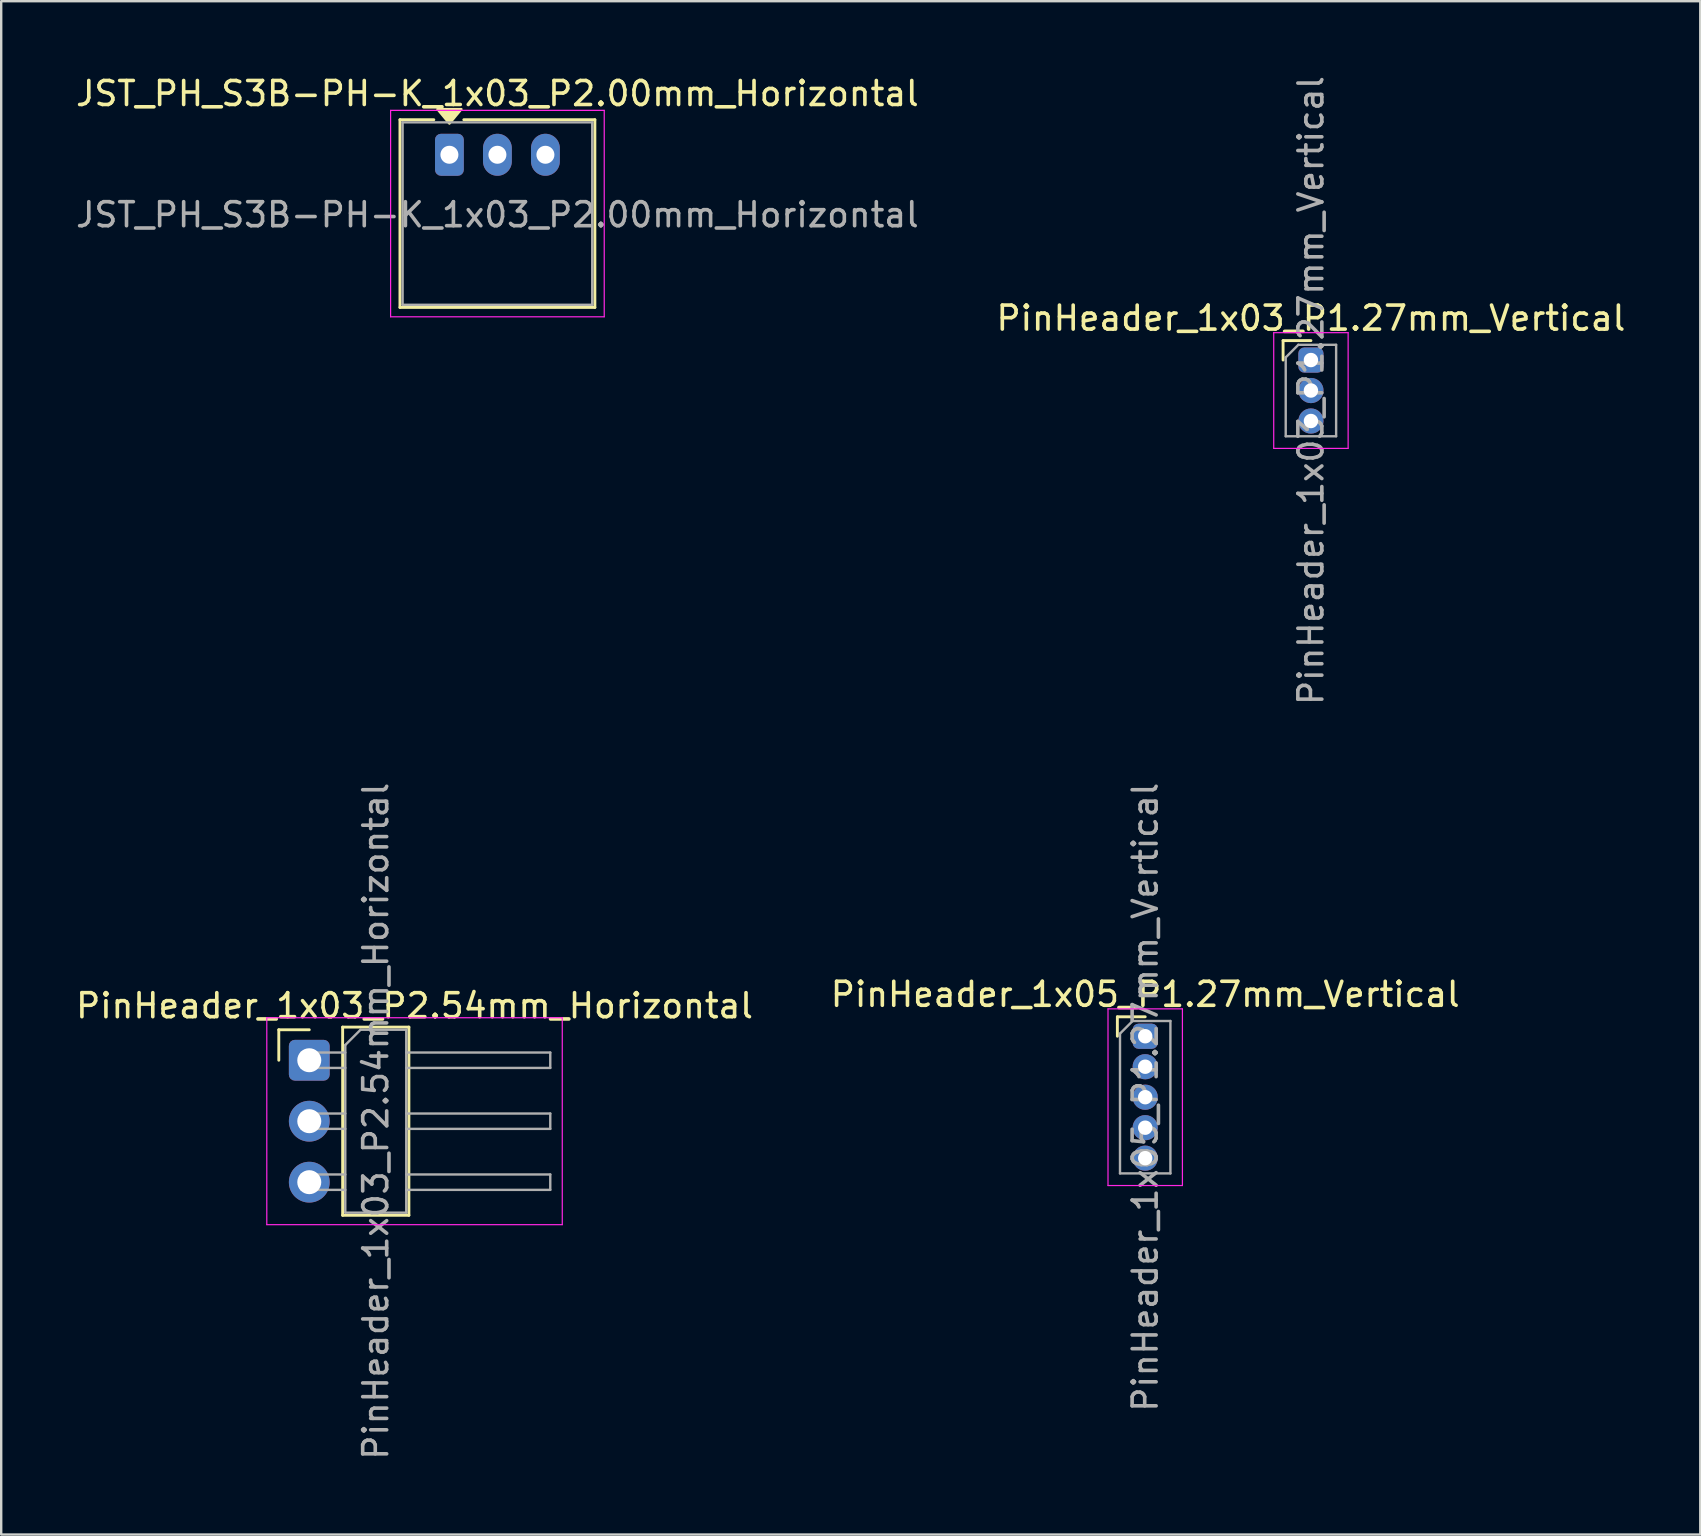
<source format=kicad_pcb>
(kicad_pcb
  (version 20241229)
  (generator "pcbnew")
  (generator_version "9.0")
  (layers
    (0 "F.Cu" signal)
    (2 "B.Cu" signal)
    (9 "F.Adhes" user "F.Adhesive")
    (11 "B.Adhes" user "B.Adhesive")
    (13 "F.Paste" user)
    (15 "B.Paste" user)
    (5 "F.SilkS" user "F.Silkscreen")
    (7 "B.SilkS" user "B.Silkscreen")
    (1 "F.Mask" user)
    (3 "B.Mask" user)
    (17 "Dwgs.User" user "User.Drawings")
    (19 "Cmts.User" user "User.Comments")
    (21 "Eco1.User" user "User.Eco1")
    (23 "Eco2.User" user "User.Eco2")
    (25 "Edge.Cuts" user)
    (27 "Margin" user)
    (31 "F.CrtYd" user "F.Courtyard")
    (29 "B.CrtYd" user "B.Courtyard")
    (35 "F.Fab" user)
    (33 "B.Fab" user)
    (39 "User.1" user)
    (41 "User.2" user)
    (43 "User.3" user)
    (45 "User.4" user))
  (footprint "PinHeader_1x05_P1.27mm_Vertical"
    (layer "F.Cu")
    (at 44.661 40.121)
    (property "Reference" "PinHeader_1x05_P1.27mm_Vertical" (at 0 -1.745 0) (layer "F.SilkS") (effects (font (size 1 1) (thickness 0.15))))
    (attr through_hole)
    (fp_line (start -1.16 -0.81) (end 0 -0.81) (stroke (width 0.12) (type solid)) (layer "F.SilkS"))
    (fp_line (start -1.16 0) (end -1.16 -0.81) (stroke (width 0.12) (type solid)) (layer "F.SilkS"))
    (fp_line (start -1.55 -1.14) (end -1.55 6.22) (stroke (width 0.05) (type solid)) (layer "F.CrtYd"))
    (fp_line (start -1.55 6.22) (end 1.55 6.22) (stroke (width 0.05) (type solid)) (layer "F.CrtYd"))
    (fp_line (start 1.55 -1.14) (end -1.55 -1.14) (stroke (width 0.05) (type solid)) (layer "F.CrtYd"))
    (fp_line (start 1.55 6.22) (end 1.55 -1.14) (stroke (width 0.05) (type solid)) (layer "F.CrtYd"))
    (fp_line (start -1.05 -0.11) (end -0.525 -0.635) (stroke (width 0.1) (type solid)) (layer "F.Fab"))
    (fp_line (start -1.05 5.715) (end -1.05 -0.11) (stroke (width 0.1) (type solid)) (layer "F.Fab"))
    (fp_line (start -0.525 -0.635) (end 1.05 -0.635) (stroke (width 0.1) (type solid)) (layer "F.Fab"))
    (fp_line (start 1.05 -0.635) (end 1.05 5.715) (stroke (width 0.1) (type solid)) (layer "F.Fab"))
    (fp_line (start 1.05 5.715) (end -1.05 5.715) (stroke (width 0.1) (type solid)) (layer "F.Fab"))
    (fp_text user "${REFERENCE}" (at 0 2.54 90) (layer "F.Fab") (effects (font (size 1 1) (thickness 0.15))))
    (pad "1" thru_hole roundrect (at 0 0) (size 1.05 1.05) (drill 0.6) (layers "*.Cu" "*.Mask") (roundrect_rratio 0.238))
    (pad "2" thru_hole circle (at 0 1.27) (size 1.05 1.05) (drill 0.6) (layers "*.Cu" "*.Mask"))
    (pad "3" thru_hole circle (at 0 2.54) (size 1.05 1.05) (drill 0.6) (layers "*.Cu" "*.Mask"))
    (pad "4" thru_hole circle (at 0 3.81) (size 1.05 1.05) (drill 0.6) (layers "*.Cu" "*.Mask"))
    (pad "5" thru_hole circle (at 0 5.08) (size 1.05 1.05) (drill 0.6) (layers "*.Cu" "*.Mask")))
  (footprint "PinHeader_1x03_P2.54mm_Horizontal"
    (layer "F.Cu")
    (at 9.835 41.121)
    (property "Reference" "PinHeader_1x03_P2.54mm_Horizontal" (at 4.385 -2.27 0) (layer "F.SilkS") (effects (font (size 1 1) (thickness 0.15))))
    (attr through_hole)
    (fp_line (start -1.27 -1.27) (end 0 -1.27) (stroke (width 0.12) (type solid)) (layer "F.SilkS"))
    (fp_line (start -1.27 0) (end -1.27 -1.27) (stroke (width 0.12) (type solid)) (layer "F.SilkS"))
    (fp_line (start 1.39 -1.38) (end 1.39 6.46) (stroke (width 0.12) (type solid)) (layer "F.SilkS"))
    (fp_line (start 1.39 6.46) (end 4.15 6.46) (stroke (width 0.12) (type solid)) (layer "F.SilkS"))
    (fp_line (start 4.15 -1.38) (end 1.39 -1.38) (stroke (width 0.12) (type solid)) (layer "F.SilkS"))
    (fp_line (start 4.15 6.46) (end 4.15 -1.38) (stroke (width 0.12) (type solid)) (layer "F.SilkS"))
    (fp_line (start -1.77 -1.77) (end -1.77 6.85) (stroke (width 0.05) (type solid)) (layer "F.CrtYd"))
    (fp_line (start -1.77 6.85) (end 10.54 6.85) (stroke (width 0.05) (type solid)) (layer "F.CrtYd"))
    (fp_line (start 10.54 -1.77) (end -1.77 -1.77) (stroke (width 0.05) (type solid)) (layer "F.CrtYd"))
    (fp_line (start 10.54 6.85) (end 10.54 -1.77) (stroke (width 0.05) (type solid)) (layer "F.CrtYd"))
    (fp_line (start -0.32 -0.32) (end -0.32 0.32) (stroke (width 0.1) (type solid)) (layer "F.Fab"))
    (fp_line (start -0.32 -0.32) (end 1.5 -0.32) (stroke (width 0.1) (type solid)) (layer "F.Fab"))
    (fp_line (start -0.32 0.32) (end 1.5 0.32) (stroke (width 0.1) (type solid)) (layer "F.Fab"))
    (fp_line (start -0.32 2.22) (end -0.32 2.86) (stroke (width 0.1) (type solid)) (layer "F.Fab"))
    (fp_line (start -0.32 2.22) (end 1.5 2.22) (stroke (width 0.1) (type solid)) (layer "F.Fab"))
    (fp_line (start -0.32 2.86) (end 1.5 2.86) (stroke (width 0.1) (type solid)) (layer "F.Fab"))
    (fp_line (start -0.32 4.76) (end -0.32 5.4) (stroke (width 0.1) (type solid)) (layer "F.Fab"))
    (fp_line (start -0.32 4.76) (end 1.5 4.76) (stroke (width 0.1) (type solid)) (layer "F.Fab"))
    (fp_line (start -0.32 5.4) (end 1.5 5.4) (stroke (width 0.1) (type solid)) (layer "F.Fab"))
    (fp_line (start 1.5 -0.635) (end 2.135 -1.27) (stroke (width 0.1) (type solid)) (layer "F.Fab"))
    (fp_line (start 1.5 6.35) (end 1.5 -0.635) (stroke (width 0.1) (type solid)) (layer "F.Fab"))
    (fp_line (start 2.135 -1.27) (end 4.04 -1.27) (stroke (width 0.1) (type solid)) (layer "F.Fab"))
    (fp_line (start 4.04 -1.27) (end 4.04 6.35) (stroke (width 0.1) (type solid)) (layer "F.Fab"))
    (fp_line (start 4.04 -0.32) (end 10.04 -0.32) (stroke (width 0.1) (type solid)) (layer "F.Fab"))
    (fp_line (start 4.04 0.32) (end 10.04 0.32) (stroke (width 0.1) (type solid)) (layer "F.Fab"))
    (fp_line (start 4.04 2.22) (end 10.04 2.22) (stroke (width 0.1) (type solid)) (layer "F.Fab"))
    (fp_line (start 4.04 2.86) (end 10.04 2.86) (stroke (width 0.1) (type solid)) (layer "F.Fab"))
    (fp_line (start 4.04 4.76) (end 10.04 4.76) (stroke (width 0.1) (type solid)) (layer "F.Fab"))
    (fp_line (start 4.04 5.4) (end 10.04 5.4) (stroke (width 0.1) (type solid)) (layer "F.Fab"))
    (fp_line (start 4.04 6.35) (end 1.5 6.35) (stroke (width 0.1) (type solid)) (layer "F.Fab"))
    (fp_line (start 10.04 -0.32) (end 10.04 0.32) (stroke (width 0.1) (type solid)) (layer "F.Fab"))
    (fp_line (start 10.04 2.22) (end 10.04 2.86) (stroke (width 0.1) (type solid)) (layer "F.Fab"))
    (fp_line (start 10.04 4.76) (end 10.04 5.4) (stroke (width 0.1) (type solid)) (layer "F.Fab"))
    (fp_text user "${REFERENCE}" (at 2.77 2.54 90) (layer "F.Fab") (effects (font (size 1 1) (thickness 0.15))))
    (pad "1" thru_hole roundrect (at 0 0) (size 1.7 1.7) (drill 1) (layers "*.Cu" "*.Mask") (roundrect_rratio 0.147))
    (pad "2" thru_hole circle (at 0 2.54) (size 1.7 1.7) (drill 1) (layers "*.Cu" "*.Mask"))
    (pad "3" thru_hole circle (at 0 5.08) (size 1.7 1.7) (drill 1) (layers "*.Cu" "*.Mask")))
  (footprint "PinHeader_1x03_P1.27mm_Vertical"
    (layer "F.Cu")
    (at 51.565 11.95)
    (property "Reference" "PinHeader_1x03_P1.27mm_Vertical" (at 0 -1.745 0) (layer "F.SilkS") (effects (font (size 1 1) (thickness 0.15))))
    (attr through_hole)
    (fp_line (start -1.16 -0.81) (end 0 -0.81) (stroke (width 0.12) (type solid)) (layer "F.SilkS"))
    (fp_line (start -1.16 0) (end -1.16 -0.81) (stroke (width 0.12) (type solid)) (layer "F.SilkS"))
    (fp_line (start -1.55 -1.14) (end -1.55 3.68) (stroke (width 0.05) (type solid)) (layer "F.CrtYd"))
    (fp_line (start -1.55 3.68) (end 1.55 3.68) (stroke (width 0.05) (type solid)) (layer "F.CrtYd"))
    (fp_line (start 1.55 -1.14) (end -1.55 -1.14) (stroke (width 0.05) (type solid)) (layer "F.CrtYd"))
    (fp_line (start 1.55 3.68) (end 1.55 -1.14) (stroke (width 0.05) (type solid)) (layer "F.CrtYd"))
    (fp_line (start -1.05 -0.11) (end -0.525 -0.635) (stroke (width 0.1) (type solid)) (layer "F.Fab"))
    (fp_line (start -1.05 3.175) (end -1.05 -0.11) (stroke (width 0.1) (type solid)) (layer "F.Fab"))
    (fp_line (start -0.525 -0.635) (end 1.05 -0.635) (stroke (width 0.1) (type solid)) (layer "F.Fab"))
    (fp_line (start 1.05 -0.635) (end 1.05 3.175) (stroke (width 0.1) (type solid)) (layer "F.Fab"))
    (fp_line (start 1.05 3.175) (end -1.05 3.175) (stroke (width 0.1) (type solid)) (layer "F.Fab"))
    (fp_text user "${REFERENCE}" (at 0 1.27 90) (layer "F.Fab") (effects (font (size 1 1) (thickness 0.15))))
    (pad "1" thru_hole roundrect (at 0 0) (size 1.05 1.05) (drill 0.6) (layers "*.Cu" "*.Mask") (roundrect_rratio 0.238))
    (pad "2" thru_hole circle (at 0 1.27) (size 1.05 1.05) (drill 0.6) (layers "*.Cu" "*.Mask"))
    (pad "3" thru_hole circle (at 0 2.54) (size 1.05 1.05) (drill 0.6) (layers "*.Cu" "*.Mask")))
  (footprint "JST_PH_S3B-PH-K_1x03_P2.00mm_Horizontal"
    (layer "F.Cu")
    (at 15.673 3.398)
    (property "Reference" "JST_PH_S3B-PH-K_1x03_P2.00mm_Horizontal" (at 2 -2.55 0) (layer "F.SilkS") (effects (font (size 1 1) (thickness 0.15))))
    (attr through_hole)
    (fp_line (start -2.06 -1.46) (end -2.06 6.36) (stroke (width 0.12) (type solid)) (layer "F.SilkS"))
    (fp_line (start -2.06 6.36) (end 6.06 6.36) (stroke (width 0.12) (type solid)) (layer "F.SilkS"))
    (fp_line (start -0.65 -1.46) (end -2.06 -1.46) (stroke (width 0.12) (type solid)) (layer "F.SilkS"))
    (fp_line (start 6.06 -1.46) (end 0.6 -1.46) (stroke (width 0.12) (type solid)) (layer "F.SilkS"))
    (fp_line (start 6.06 6.36) (end 6.06 -1.46) (stroke (width 0.12) (type solid)) (layer "F.SilkS"))
    (fp_poly (pts (xy 0 -1.3) (xy 0.5 -1.9) (xy -0.5 -1.9)) (stroke (width 0.1) (type solid)) (fill yes) (layer "F.SilkS"))
    (fp_line (start -2.45 -1.85) (end -2.45 6.75) (stroke (width 0.05) (type solid)) (layer "F.CrtYd"))
    (fp_line (start -2.45 6.75) (end 6.45 6.75) (stroke (width 0.05) (type solid)) (layer "F.CrtYd"))
    (fp_line (start 6.45 -1.85) (end -2.45 -1.85) (stroke (width 0.05) (type solid)) (layer "F.CrtYd"))
    (fp_line (start 6.45 6.75) (end 6.45 -1.85) (stroke (width 0.05) (type solid)) (layer "F.CrtYd"))
    (fp_line (start -1.95 -1.35) (end -1.95 6.25) (stroke (width 0.1) (type solid)) (layer "F.Fab"))
    (fp_line (start -1.95 6.25) (end 5.95 6.25) (stroke (width 0.1) (type solid)) (layer "F.Fab"))
    (fp_line (start 5.95 -1.35) (end -1.95 -1.35) (stroke (width 0.1) (type solid)) (layer "F.Fab"))
    (fp_line (start 5.95 6.25) (end 5.95 -1.35) (stroke (width 0.1) (type solid)) (layer "F.Fab"))
    (fp_text user "${REFERENCE}" (at 2 2.5 0) (layer "F.Fab") (effects (font (size 1 1) (thickness 0.15))))
    (pad "1" thru_hole roundrect (at 0 0) (size 1.2 1.75) (drill 0.75) (layers "*.Cu" "*.Mask") (roundrect_rratio 0.208))
    (pad "2" thru_hole oval (at 2 0) (size 1.2 1.75) (drill 0.75) (layers "*.Cu" "*.Mask"))
    (pad "3" thru_hole oval (at 4 0) (size 1.2 1.75) (drill 0.75) (layers "*.Cu" "*.Mask")))
  (gr_rect
    (start -3 -3)
    (end 67.786 60.881)
    (stroke (width 0.1) (type default))
    (fill no)
    (layer "Edge.Cuts")))
</source>
